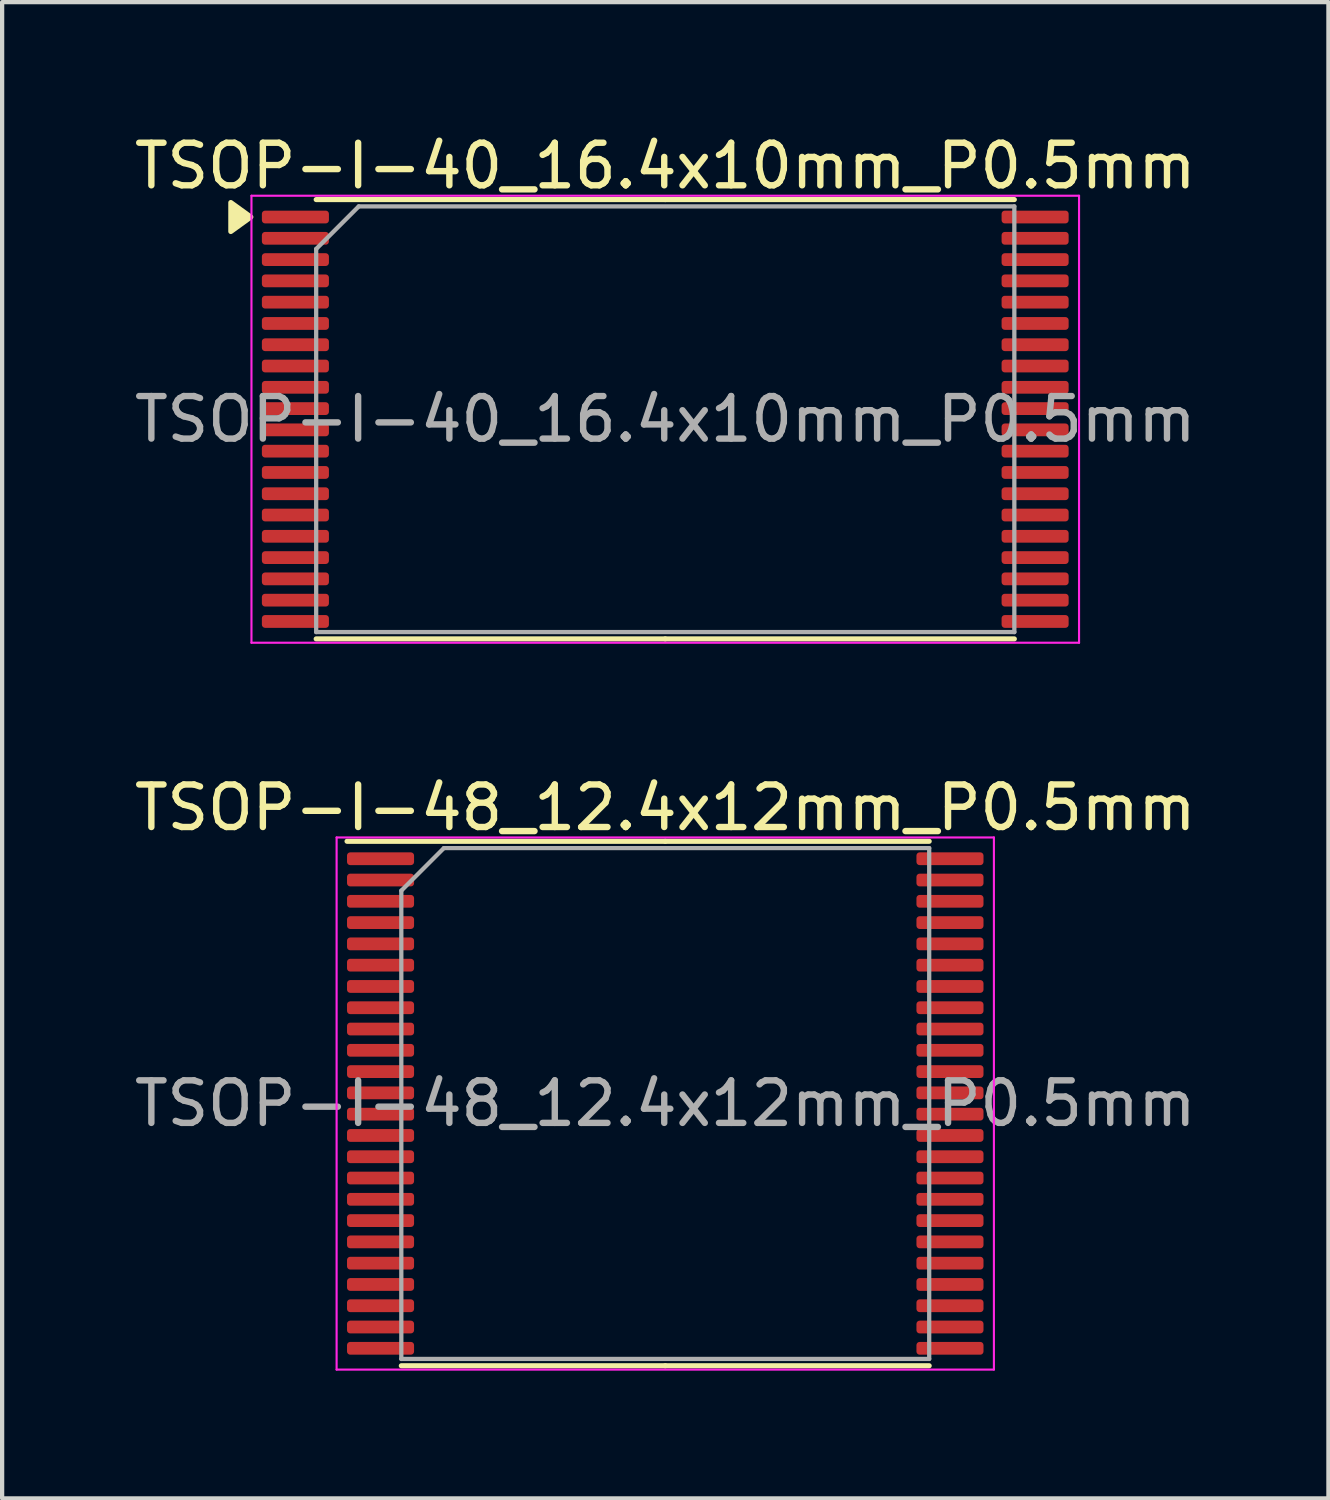
<source format=kicad_pcb>
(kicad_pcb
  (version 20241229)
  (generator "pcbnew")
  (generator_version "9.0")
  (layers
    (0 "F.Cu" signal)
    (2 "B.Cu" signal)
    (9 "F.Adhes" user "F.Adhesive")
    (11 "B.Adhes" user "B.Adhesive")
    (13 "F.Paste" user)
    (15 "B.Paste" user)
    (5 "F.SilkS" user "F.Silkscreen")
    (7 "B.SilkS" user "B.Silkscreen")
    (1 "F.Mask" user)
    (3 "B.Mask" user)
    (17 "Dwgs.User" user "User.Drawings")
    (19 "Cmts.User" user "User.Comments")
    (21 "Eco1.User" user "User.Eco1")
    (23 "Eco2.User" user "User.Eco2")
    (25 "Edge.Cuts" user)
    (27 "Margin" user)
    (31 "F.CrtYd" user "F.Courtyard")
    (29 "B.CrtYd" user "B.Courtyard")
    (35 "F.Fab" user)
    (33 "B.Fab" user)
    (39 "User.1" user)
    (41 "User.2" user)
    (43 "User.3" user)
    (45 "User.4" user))
  (footprint "TSOP-I-40_16.4x10mm_P0.5mm"
    (layer "F.Cu")
    (at 12.577 6.798)
    (property "Reference" "TSOP-I-40_16.4x10mm_P0.5mm" (at 0 -5.95 0) (layer "F.SilkS") (effects (font (size 1 1) (thickness 0.15))))
    (attr smd)
    (fp_line (start 0 -5.16) (end -8.2 -5.16) (stroke (width 0.12) (type solid)) (layer "F.SilkS"))
    (fp_line (start 0 -5.16) (end 8.2 -5.16) (stroke (width 0.12) (type solid)) (layer "F.SilkS"))
    (fp_line (start 0 5.16) (end -8.2 5.16) (stroke (width 0.12) (type solid)) (layer "F.SilkS"))
    (fp_line (start 0 5.16) (end 8.2 5.16) (stroke (width 0.12) (type solid)) (layer "F.SilkS"))
    (fp_poly (pts (xy -9.735 -4.75) (xy -10.205 -5.09) (xy -10.205 -4.41) (xy -9.735 -4.75)) (stroke (width 0.12) (type solid)) (fill yes) (layer "F.SilkS"))
    (fp_line (start -9.72 -5.25) (end -9.72 5.25) (stroke (width 0.05) (type solid)) (layer "F.CrtYd"))
    (fp_line (start -9.72 5.25) (end 9.72 5.25) (stroke (width 0.05) (type solid)) (layer "F.CrtYd"))
    (fp_line (start 9.72 -5.25) (end -9.72 -5.25) (stroke (width 0.05) (type solid)) (layer "F.CrtYd"))
    (fp_line (start 9.72 5.25) (end 9.72 -5.25) (stroke (width 0.05) (type solid)) (layer "F.CrtYd"))
    (fp_line (start -8.2 -4) (end -7.2 -5) (stroke (width 0.1) (type solid)) (layer "F.Fab"))
    (fp_line (start -8.2 5) (end -8.2 -4) (stroke (width 0.1) (type solid)) (layer "F.Fab"))
    (fp_line (start -7.2 -5) (end 8.2 -5) (stroke (width 0.1) (type solid)) (layer "F.Fab"))
    (fp_line (start 8.2 -5) (end 8.2 5) (stroke (width 0.1) (type solid)) (layer "F.Fab"))
    (fp_line (start 8.2 5) (end -8.2 5) (stroke (width 0.1) (type solid)) (layer "F.Fab"))
    (fp_text user "${REFERENCE}" (at 0 0 0) (layer "F.Fab") (effects (font (size 1 1) (thickness 0.15))))
    (pad "1" smd roundrect (at -8.688 -4.75) (size 1.575 0.3) (layers "F.Cu" "F.Mask" "F.Paste") (roundrect_rratio 0.25))
    (pad "2" smd roundrect (at -8.688 -4.25) (size 1.575 0.3) (layers "F.Cu" "F.Mask" "F.Paste") (roundrect_rratio 0.25))
    (pad "3" smd roundrect (at -8.688 -3.75) (size 1.575 0.3) (layers "F.Cu" "F.Mask" "F.Paste") (roundrect_rratio 0.25))
    (pad "4" smd roundrect (at -8.688 -3.25) (size 1.575 0.3) (layers "F.Cu" "F.Mask" "F.Paste") (roundrect_rratio 0.25))
    (pad "5" smd roundrect (at -8.688 -2.75) (size 1.575 0.3) (layers "F.Cu" "F.Mask" "F.Paste") (roundrect_rratio 0.25))
    (pad "6" smd roundrect (at -8.688 -2.25) (size 1.575 0.3) (layers "F.Cu" "F.Mask" "F.Paste") (roundrect_rratio 0.25))
    (pad "7" smd roundrect (at -8.688 -1.75) (size 1.575 0.3) (layers "F.Cu" "F.Mask" "F.Paste") (roundrect_rratio 0.25))
    (pad "8" smd roundrect (at -8.688 -1.25) (size 1.575 0.3) (layers "F.Cu" "F.Mask" "F.Paste") (roundrect_rratio 0.25))
    (pad "9" smd roundrect (at -8.688 -0.75) (size 1.575 0.3) (layers "F.Cu" "F.Mask" "F.Paste") (roundrect_rratio 0.25))
    (pad "10" smd roundrect (at -8.688 -0.25) (size 1.575 0.3) (layers "F.Cu" "F.Mask" "F.Paste") (roundrect_rratio 0.25))
    (pad "11" smd roundrect (at -8.688 0.25) (size 1.575 0.3) (layers "F.Cu" "F.Mask" "F.Paste") (roundrect_rratio 0.25))
    (pad "12" smd roundrect (at -8.688 0.75) (size 1.575 0.3) (layers "F.Cu" "F.Mask" "F.Paste") (roundrect_rratio 0.25))
    (pad "13" smd roundrect (at -8.688 1.25) (size 1.575 0.3) (layers "F.Cu" "F.Mask" "F.Paste") (roundrect_rratio 0.25))
    (pad "14" smd roundrect (at -8.688 1.75) (size 1.575 0.3) (layers "F.Cu" "F.Mask" "F.Paste") (roundrect_rratio 0.25))
    (pad "15" smd roundrect (at -8.688 2.25) (size 1.575 0.3) (layers "F.Cu" "F.Mask" "F.Paste") (roundrect_rratio 0.25))
    (pad "16" smd roundrect (at -8.688 2.75) (size 1.575 0.3) (layers "F.Cu" "F.Mask" "F.Paste") (roundrect_rratio 0.25))
    (pad "17" smd roundrect (at -8.688 3.25) (size 1.575 0.3) (layers "F.Cu" "F.Mask" "F.Paste") (roundrect_rratio 0.25))
    (pad "18" smd roundrect (at -8.688 3.75) (size 1.575 0.3) (layers "F.Cu" "F.Mask" "F.Paste") (roundrect_rratio 0.25))
    (pad "19" smd roundrect (at -8.688 4.25) (size 1.575 0.3) (layers "F.Cu" "F.Mask" "F.Paste") (roundrect_rratio 0.25))
    (pad "20" smd roundrect (at -8.688 4.75) (size 1.575 0.3) (layers "F.Cu" "F.Mask" "F.Paste") (roundrect_rratio 0.25))
    (pad "21" smd roundrect (at 8.688 4.75) (size 1.575 0.3) (layers "F.Cu" "F.Mask" "F.Paste") (roundrect_rratio 0.25))
    (pad "22" smd roundrect (at 8.688 4.25) (size 1.575 0.3) (layers "F.Cu" "F.Mask" "F.Paste") (roundrect_rratio 0.25))
    (pad "23" smd roundrect (at 8.688 3.75) (size 1.575 0.3) (layers "F.Cu" "F.Mask" "F.Paste") (roundrect_rratio 0.25))
    (pad "24" smd roundrect (at 8.688 3.25) (size 1.575 0.3) (layers "F.Cu" "F.Mask" "F.Paste") (roundrect_rratio 0.25))
    (pad "25" smd roundrect (at 8.688 2.75) (size 1.575 0.3) (layers "F.Cu" "F.Mask" "F.Paste") (roundrect_rratio 0.25))
    (pad "26" smd roundrect (at 8.688 2.25) (size 1.575 0.3) (layers "F.Cu" "F.Mask" "F.Paste") (roundrect_rratio 0.25))
    (pad "27" smd roundrect (at 8.688 1.75) (size 1.575 0.3) (layers "F.Cu" "F.Mask" "F.Paste") (roundrect_rratio 0.25))
    (pad "28" smd roundrect (at 8.688 1.25) (size 1.575 0.3) (layers "F.Cu" "F.Mask" "F.Paste") (roundrect_rratio 0.25))
    (pad "29" smd roundrect (at 8.688 0.75) (size 1.575 0.3) (layers "F.Cu" "F.Mask" "F.Paste") (roundrect_rratio 0.25))
    (pad "30" smd roundrect (at 8.688 0.25) (size 1.575 0.3) (layers "F.Cu" "F.Mask" "F.Paste") (roundrect_rratio 0.25))
    (pad "31" smd roundrect (at 8.688 -0.25) (size 1.575 0.3) (layers "F.Cu" "F.Mask" "F.Paste") (roundrect_rratio 0.25))
    (pad "32" smd roundrect (at 8.688 -0.75) (size 1.575 0.3) (layers "F.Cu" "F.Mask" "F.Paste") (roundrect_rratio 0.25))
    (pad "33" smd roundrect (at 8.688 -1.25) (size 1.575 0.3) (layers "F.Cu" "F.Mask" "F.Paste") (roundrect_rratio 0.25))
    (pad "34" smd roundrect (at 8.688 -1.75) (size 1.575 0.3) (layers "F.Cu" "F.Mask" "F.Paste") (roundrect_rratio 0.25))
    (pad "35" smd roundrect (at 8.688 -2.25) (size 1.575 0.3) (layers "F.Cu" "F.Mask" "F.Paste") (roundrect_rratio 0.25))
    (pad "36" smd roundrect (at 8.688 -2.75) (size 1.575 0.3) (layers "F.Cu" "F.Mask" "F.Paste") (roundrect_rratio 0.25))
    (pad "37" smd roundrect (at 8.688 -3.25) (size 1.575 0.3) (layers "F.Cu" "F.Mask" "F.Paste") (roundrect_rratio 0.25))
    (pad "38" smd roundrect (at 8.688 -3.75) (size 1.575 0.3) (layers "F.Cu" "F.Mask" "F.Paste") (roundrect_rratio 0.25))
    (pad "39" smd roundrect (at 8.688 -4.25) (size 1.575 0.3) (layers "F.Cu" "F.Mask" "F.Paste") (roundrect_rratio 0.25))
    (pad "40" smd roundrect (at 8.688 -4.75) (size 1.575 0.3) (layers "F.Cu" "F.Mask" "F.Paste") (roundrect_rratio 0.25)))
  (footprint "TSOP-I-48_12.4x12mm_P0.5mm"
    (layer "F.Cu")
    (at 12.577 22.872)
    (property "Reference" "TSOP-I-48_12.4x12mm_P0.5mm" (at 0 -6.95 0) (layer "F.SilkS") (effects (font (size 1 1) (thickness 0.15))))
    (attr smd)
    (fp_line (start 0 -6.16) (end -7.475 -6.16) (stroke (width 0.12) (type solid)) (layer "F.SilkS"))
    (fp_line (start 0 -6.16) (end 6.2 -6.16) (stroke (width 0.12) (type solid)) (layer "F.SilkS"))
    (fp_line (start 0 6.16) (end -6.2 6.16) (stroke (width 0.12) (type solid)) (layer "F.SilkS"))
    (fp_line (start 0 6.16) (end 6.2 6.16) (stroke (width 0.12) (type solid)) (layer "F.SilkS"))
    (fp_line (start -7.72 -6.25) (end -7.72 6.25) (stroke (width 0.05) (type solid)) (layer "F.CrtYd"))
    (fp_line (start -7.72 6.25) (end 7.72 6.25) (stroke (width 0.05) (type solid)) (layer "F.CrtYd"))
    (fp_line (start 7.72 -6.25) (end -7.72 -6.25) (stroke (width 0.05) (type solid)) (layer "F.CrtYd"))
    (fp_line (start 7.72 6.25) (end 7.72 -6.25) (stroke (width 0.05) (type solid)) (layer "F.CrtYd"))
    (fp_line (start -6.2 -5) (end -5.2 -6) (stroke (width 0.1) (type solid)) (layer "F.Fab"))
    (fp_line (start -6.2 6) (end -6.2 -5) (stroke (width 0.1) (type solid)) (layer "F.Fab"))
    (fp_line (start -5.2 -6) (end 6.2 -6) (stroke (width 0.1) (type solid)) (layer "F.Fab"))
    (fp_line (start 6.2 -6) (end 6.2 6) (stroke (width 0.1) (type solid)) (layer "F.Fab"))
    (fp_line (start 6.2 6) (end -6.2 6) (stroke (width 0.1) (type solid)) (layer "F.Fab"))
    (fp_text user "${REFERENCE}" (at 0 0 0) (layer "F.Fab") (effects (font (size 1 1) (thickness 0.15))))
    (pad "1" smd roundrect (at -6.688 -5.75) (size 1.575 0.3) (layers "F.Cu" "F.Mask" "F.Paste") (roundrect_rratio 0.25))
    (pad "2" smd roundrect (at -6.688 -5.25) (size 1.575 0.3) (layers "F.Cu" "F.Mask" "F.Paste") (roundrect_rratio 0.25))
    (pad "3" smd roundrect (at -6.688 -4.75) (size 1.575 0.3) (layers "F.Cu" "F.Mask" "F.Paste") (roundrect_rratio 0.25))
    (pad "4" smd roundrect (at -6.688 -4.25) (size 1.575 0.3) (layers "F.Cu" "F.Mask" "F.Paste") (roundrect_rratio 0.25))
    (pad "5" smd roundrect (at -6.688 -3.75) (size 1.575 0.3) (layers "F.Cu" "F.Mask" "F.Paste") (roundrect_rratio 0.25))
    (pad "6" smd roundrect (at -6.688 -3.25) (size 1.575 0.3) (layers "F.Cu" "F.Mask" "F.Paste") (roundrect_rratio 0.25))
    (pad "7" smd roundrect (at -6.688 -2.75) (size 1.575 0.3) (layers "F.Cu" "F.Mask" "F.Paste") (roundrect_rratio 0.25))
    (pad "8" smd roundrect (at -6.688 -2.25) (size 1.575 0.3) (layers "F.Cu" "F.Mask" "F.Paste") (roundrect_rratio 0.25))
    (pad "9" smd roundrect (at -6.688 -1.75) (size 1.575 0.3) (layers "F.Cu" "F.Mask" "F.Paste") (roundrect_rratio 0.25))
    (pad "10" smd roundrect (at -6.688 -1.25) (size 1.575 0.3) (layers "F.Cu" "F.Mask" "F.Paste") (roundrect_rratio 0.25))
    (pad "11" smd roundrect (at -6.688 -0.75) (size 1.575 0.3) (layers "F.Cu" "F.Mask" "F.Paste") (roundrect_rratio 0.25))
    (pad "12" smd roundrect (at -6.688 -0.25) (size 1.575 0.3) (layers "F.Cu" "F.Mask" "F.Paste") (roundrect_rratio 0.25))
    (pad "13" smd roundrect (at -6.688 0.25) (size 1.575 0.3) (layers "F.Cu" "F.Mask" "F.Paste") (roundrect_rratio 0.25))
    (pad "14" smd roundrect (at -6.688 0.75) (size 1.575 0.3) (layers "F.Cu" "F.Mask" "F.Paste") (roundrect_rratio 0.25))
    (pad "15" smd roundrect (at -6.688 1.25) (size 1.575 0.3) (layers "F.Cu" "F.Mask" "F.Paste") (roundrect_rratio 0.25))
    (pad "16" smd roundrect (at -6.688 1.75) (size 1.575 0.3) (layers "F.Cu" "F.Mask" "F.Paste") (roundrect_rratio 0.25))
    (pad "17" smd roundrect (at -6.688 2.25) (size 1.575 0.3) (layers "F.Cu" "F.Mask" "F.Paste") (roundrect_rratio 0.25))
    (pad "18" smd roundrect (at -6.688 2.75) (size 1.575 0.3) (layers "F.Cu" "F.Mask" "F.Paste") (roundrect_rratio 0.25))
    (pad "19" smd roundrect (at -6.688 3.25) (size 1.575 0.3) (layers "F.Cu" "F.Mask" "F.Paste") (roundrect_rratio 0.25))
    (pad "20" smd roundrect (at -6.688 3.75) (size 1.575 0.3) (layers "F.Cu" "F.Mask" "F.Paste") (roundrect_rratio 0.25))
    (pad "21" smd roundrect (at -6.688 4.25) (size 1.575 0.3) (layers "F.Cu" "F.Mask" "F.Paste") (roundrect_rratio 0.25))
    (pad "22" smd roundrect (at -6.688 4.75) (size 1.575 0.3) (layers "F.Cu" "F.Mask" "F.Paste") (roundrect_rratio 0.25))
    (pad "23" smd roundrect (at -6.688 5.25) (size 1.575 0.3) (layers "F.Cu" "F.Mask" "F.Paste") (roundrect_rratio 0.25))
    (pad "24" smd roundrect (at -6.688 5.75) (size 1.575 0.3) (layers "F.Cu" "F.Mask" "F.Paste") (roundrect_rratio 0.25))
    (pad "25" smd roundrect (at 6.688 5.75) (size 1.575 0.3) (layers "F.Cu" "F.Mask" "F.Paste") (roundrect_rratio 0.25))
    (pad "26" smd roundrect (at 6.688 5.25) (size 1.575 0.3) (layers "F.Cu" "F.Mask" "F.Paste") (roundrect_rratio 0.25))
    (pad "27" smd roundrect (at 6.688 4.75) (size 1.575 0.3) (layers "F.Cu" "F.Mask" "F.Paste") (roundrect_rratio 0.25))
    (pad "28" smd roundrect (at 6.688 4.25) (size 1.575 0.3) (layers "F.Cu" "F.Mask" "F.Paste") (roundrect_rratio 0.25))
    (pad "29" smd roundrect (at 6.688 3.75) (size 1.575 0.3) (layers "F.Cu" "F.Mask" "F.Paste") (roundrect_rratio 0.25))
    (pad "30" smd roundrect (at 6.688 3.25) (size 1.575 0.3) (layers "F.Cu" "F.Mask" "F.Paste") (roundrect_rratio 0.25))
    (pad "31" smd roundrect (at 6.688 2.75) (size 1.575 0.3) (layers "F.Cu" "F.Mask" "F.Paste") (roundrect_rratio 0.25))
    (pad "32" smd roundrect (at 6.688 2.25) (size 1.575 0.3) (layers "F.Cu" "F.Mask" "F.Paste") (roundrect_rratio 0.25))
    (pad "33" smd roundrect (at 6.688 1.75) (size 1.575 0.3) (layers "F.Cu" "F.Mask" "F.Paste") (roundrect_rratio 0.25))
    (pad "34" smd roundrect (at 6.688 1.25) (size 1.575 0.3) (layers "F.Cu" "F.Mask" "F.Paste") (roundrect_rratio 0.25))
    (pad "35" smd roundrect (at 6.688 0.75) (size 1.575 0.3) (layers "F.Cu" "F.Mask" "F.Paste") (roundrect_rratio 0.25))
    (pad "36" smd roundrect (at 6.688 0.25) (size 1.575 0.3) (layers "F.Cu" "F.Mask" "F.Paste") (roundrect_rratio 0.25))
    (pad "37" smd roundrect (at 6.688 -0.25) (size 1.575 0.3) (layers "F.Cu" "F.Mask" "F.Paste") (roundrect_rratio 0.25))
    (pad "38" smd roundrect (at 6.688 -0.75) (size 1.575 0.3) (layers "F.Cu" "F.Mask" "F.Paste") (roundrect_rratio 0.25))
    (pad "39" smd roundrect (at 6.688 -1.25) (size 1.575 0.3) (layers "F.Cu" "F.Mask" "F.Paste") (roundrect_rratio 0.25))
    (pad "40" smd roundrect (at 6.688 -1.75) (size 1.575 0.3) (layers "F.Cu" "F.Mask" "F.Paste") (roundrect_rratio 0.25))
    (pad "41" smd roundrect (at 6.688 -2.25) (size 1.575 0.3) (layers "F.Cu" "F.Mask" "F.Paste") (roundrect_rratio 0.25))
    (pad "42" smd roundrect (at 6.688 -2.75) (size 1.575 0.3) (layers "F.Cu" "F.Mask" "F.Paste") (roundrect_rratio 0.25))
    (pad "43" smd roundrect (at 6.688 -3.25) (size 1.575 0.3) (layers "F.Cu" "F.Mask" "F.Paste") (roundrect_rratio 0.25))
    (pad "44" smd roundrect (at 6.688 -3.75) (size 1.575 0.3) (layers "F.Cu" "F.Mask" "F.Paste") (roundrect_rratio 0.25))
    (pad "45" smd roundrect (at 6.688 -4.25) (size 1.575 0.3) (layers "F.Cu" "F.Mask" "F.Paste") (roundrect_rratio 0.25))
    (pad "46" smd roundrect (at 6.688 -4.75) (size 1.575 0.3) (layers "F.Cu" "F.Mask" "F.Paste") (roundrect_rratio 0.25))
    (pad "47" smd roundrect (at 6.688 -5.25) (size 1.575 0.3) (layers "F.Cu" "F.Mask" "F.Paste") (roundrect_rratio 0.25))
    (pad "48" smd roundrect (at 6.688 -5.75) (size 1.575 0.3) (layers "F.Cu" "F.Mask" "F.Paste") (roundrect_rratio 0.25)))
  (gr_rect
    (start -3 -3)
    (end 28.155 32.147)
    (stroke (width 0.1) (type default))
    (fill no)
    (layer "Edge.Cuts")))
</source>
